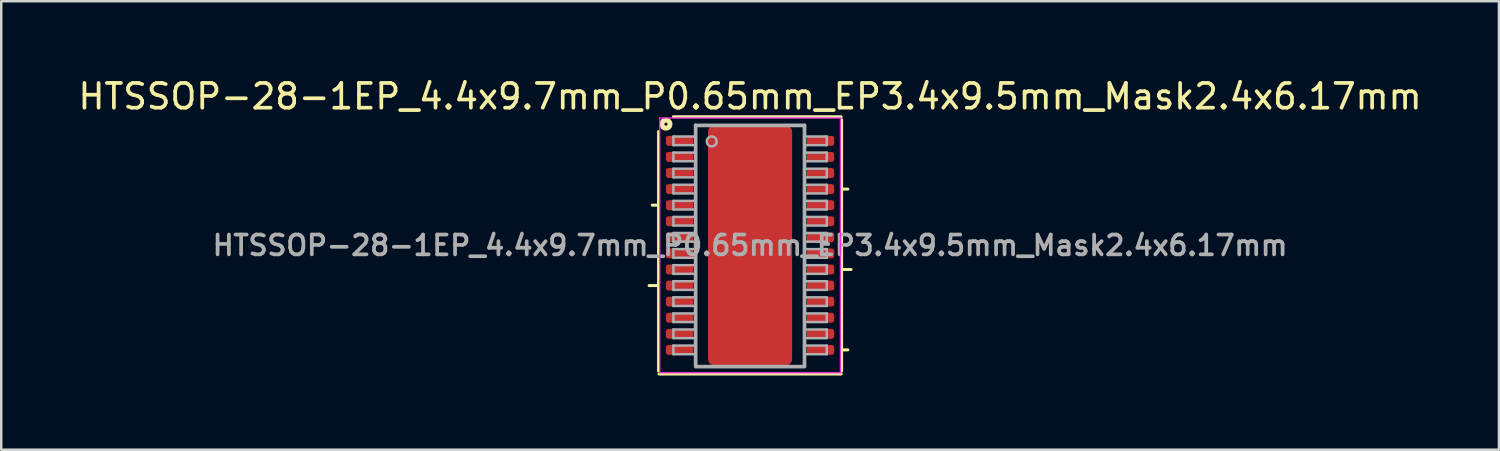
<source format=kicad_pcb>
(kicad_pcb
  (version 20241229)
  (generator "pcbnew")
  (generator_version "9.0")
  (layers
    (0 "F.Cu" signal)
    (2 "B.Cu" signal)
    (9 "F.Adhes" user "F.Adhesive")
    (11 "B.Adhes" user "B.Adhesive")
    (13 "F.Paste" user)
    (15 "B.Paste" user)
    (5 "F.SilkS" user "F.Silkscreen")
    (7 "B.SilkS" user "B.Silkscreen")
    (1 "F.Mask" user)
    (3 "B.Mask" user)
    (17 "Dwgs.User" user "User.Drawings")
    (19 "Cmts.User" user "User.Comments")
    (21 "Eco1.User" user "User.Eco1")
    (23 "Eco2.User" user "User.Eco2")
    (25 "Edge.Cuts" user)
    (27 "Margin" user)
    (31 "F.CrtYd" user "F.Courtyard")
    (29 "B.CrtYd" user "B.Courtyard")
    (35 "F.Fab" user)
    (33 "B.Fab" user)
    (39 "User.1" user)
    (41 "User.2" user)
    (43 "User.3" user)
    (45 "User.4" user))
  (footprint "HTSSOP-28-1EP_4.4x9.7mm_P0.65mm_EP3.4x9.5mm_Mask2.4x6.17mm"
    (layer "F.Cu")
    (at 27.268 6.868)
    (property "Reference" "HTSSOP-28-1EP_4.4x9.7mm_P0.65mm_EP3.4x9.5mm_Mask2.4x6.17mm" (at 0 -6.02 0) (layer "F.SilkS") (effects (font (size 1 1) (thickness 0.15))))
    (attr smd)
    (fp_line (start -3.7 -1.625) (end -3.954 -1.625) (stroke (width 0.12) (type solid)) (layer "F.SilkS"))
    (fp_line (start -3.7 1.625) (end -4.081 1.625) (stroke (width 0.12) (type solid)) (layer "F.SilkS"))
    (fp_line (start -3.7 5.08) (end -3.7 -4.6) (stroke (width 0.12) (type solid)) (layer "F.SilkS"))
    (fp_line (start -3.1 -5.2) (end 3.683 -5.2) (stroke (width 0.12) (type solid)) (layer "F.SilkS"))
    (fp_line (start 3.683 5.2) (end -3.683 5.2) (stroke (width 0.12) (type solid)) (layer "F.SilkS"))
    (fp_line (start 3.7 -5.08) (end 3.7 5.08) (stroke (width 0.12) (type solid)) (layer "F.SilkS"))
    (fp_line (start 3.7 -2.275) (end 3.954 -2.275) (stroke (width 0.12) (type solid)) (layer "F.SilkS"))
    (fp_line (start 3.7 0.975) (end 4.081 0.975) (stroke (width 0.12) (type solid)) (layer "F.SilkS"))
    (fp_line (start 3.7 4.225) (end 3.954 4.225) (stroke (width 0.12) (type solid)) (layer "F.SilkS"))
    (fp_circle (center -3.4 -4.9) (end -3.337 -4.9) (stroke (width 0.2) (type solid)) (fill no) (layer "F.SilkS"))
    (fp_line (start -3.65 -5.15) (end -3.65 5.15) (stroke (width 0.05) (type solid)) (layer "F.CrtYd"))
    (fp_line (start -3.65 -5.15) (end 3.65 -5.15) (stroke (width 0.05) (type solid)) (layer "F.CrtYd"))
    (fp_line (start -3.65 5.15) (end 3.65 5.15) (stroke (width 0.05) (type solid)) (layer "F.CrtYd"))
    (fp_line (start 3.65 -5.15) (end 3.65 5.15) (stroke (width 0.05) (type solid)) (layer "F.CrtYd"))
    (fp_line (start -3.1 -4.4) (end -3.1 -4.05) (stroke (width 0.1) (type solid)) (layer "F.Fab"))
    (fp_line (start -3.1 -4.4) (end -2.2 -4.4) (stroke (width 0.1) (type solid)) (layer "F.Fab"))
    (fp_line (start -3.1 -4.05) (end -2.2 -4.05) (stroke (width 0.1) (type solid)) (layer "F.Fab"))
    (fp_line (start -3.1 -3.75) (end -3.1 -3.4) (stroke (width 0.1) (type solid)) (layer "F.Fab"))
    (fp_line (start -3.1 -3.75) (end -2.2 -3.75) (stroke (width 0.1) (type solid)) (layer "F.Fab"))
    (fp_line (start -3.1 -3.4) (end -2.2 -3.4) (stroke (width 0.1) (type solid)) (layer "F.Fab"))
    (fp_line (start -3.1 -3.1) (end -3.1 -2.75) (stroke (width 0.1) (type solid)) (layer "F.Fab"))
    (fp_line (start -3.1 -3.1) (end -2.2 -3.1) (stroke (width 0.1) (type solid)) (layer "F.Fab"))
    (fp_line (start -3.1 -2.75) (end -2.2 -2.75) (stroke (width 0.1) (type solid)) (layer "F.Fab"))
    (fp_line (start -3.1 -2.45) (end -3.1 -2.1) (stroke (width 0.1) (type solid)) (layer "F.Fab"))
    (fp_line (start -3.1 -2.45) (end -2.2 -2.45) (stroke (width 0.1) (type solid)) (layer "F.Fab"))
    (fp_line (start -3.1 -2.1) (end -2.2 -2.1) (stroke (width 0.1) (type solid)) (layer "F.Fab"))
    (fp_line (start -3.1 -1.8) (end -3.1 -1.45) (stroke (width 0.1) (type solid)) (layer "F.Fab"))
    (fp_line (start -3.1 -1.8) (end -2.2 -1.8) (stroke (width 0.1) (type solid)) (layer "F.Fab"))
    (fp_line (start -3.1 -1.45) (end -2.2 -1.45) (stroke (width 0.1) (type solid)) (layer "F.Fab"))
    (fp_line (start -3.1 -1.15) (end -3.1 -0.8) (stroke (width 0.1) (type solid)) (layer "F.Fab"))
    (fp_line (start -3.1 -1.15) (end -2.2 -1.15) (stroke (width 0.1) (type solid)) (layer "F.Fab"))
    (fp_line (start -3.1 -0.8) (end -2.2 -0.8) (stroke (width 0.1) (type solid)) (layer "F.Fab"))
    (fp_line (start -3.1 -0.5) (end -3.1 -0.15) (stroke (width 0.1) (type solid)) (layer "F.Fab"))
    (fp_line (start -3.1 -0.5) (end -2.2 -0.5) (stroke (width 0.1) (type solid)) (layer "F.Fab"))
    (fp_line (start -3.1 -0.15) (end -2.2 -0.15) (stroke (width 0.1) (type solid)) (layer "F.Fab"))
    (fp_line (start -3.1 0.15) (end -3.1 0.5) (stroke (width 0.1) (type solid)) (layer "F.Fab"))
    (fp_line (start -3.1 0.15) (end -2.2 0.15) (stroke (width 0.1) (type solid)) (layer "F.Fab"))
    (fp_line (start -3.1 0.5) (end -2.2 0.5) (stroke (width 0.1) (type solid)) (layer "F.Fab"))
    (fp_line (start -3.1 0.8) (end -3.1 1.15) (stroke (width 0.1) (type solid)) (layer "F.Fab"))
    (fp_line (start -3.1 0.8) (end -2.2 0.8) (stroke (width 0.1) (type solid)) (layer "F.Fab"))
    (fp_line (start -3.1 1.15) (end -2.2 1.15) (stroke (width 0.1) (type solid)) (layer "F.Fab"))
    (fp_line (start -3.1 1.45) (end -3.1 1.8) (stroke (width 0.1) (type solid)) (layer "F.Fab"))
    (fp_line (start -3.1 1.45) (end -2.2 1.45) (stroke (width 0.1) (type solid)) (layer "F.Fab"))
    (fp_line (start -3.1 1.8) (end -2.2 1.8) (stroke (width 0.1) (type solid)) (layer "F.Fab"))
    (fp_line (start -3.1 2.1) (end -3.1 2.45) (stroke (width 0.1) (type solid)) (layer "F.Fab"))
    (fp_line (start -3.1 2.1) (end -2.2 2.1) (stroke (width 0.1) (type solid)) (layer "F.Fab"))
    (fp_line (start -3.1 2.45) (end -2.2 2.45) (stroke (width 0.1) (type solid)) (layer "F.Fab"))
    (fp_line (start -3.1 2.75) (end -3.1 3.1) (stroke (width 0.1) (type solid)) (layer "F.Fab"))
    (fp_line (start -3.1 2.75) (end -2.2 2.75) (stroke (width 0.1) (type solid)) (layer "F.Fab"))
    (fp_line (start -3.1 3.1) (end -2.2 3.1) (stroke (width 0.1) (type solid)) (layer "F.Fab"))
    (fp_line (start -3.1 3.4) (end -3.1 3.75) (stroke (width 0.1) (type solid)) (layer "F.Fab"))
    (fp_line (start -3.1 3.4) (end -2.2 3.4) (stroke (width 0.1) (type solid)) (layer "F.Fab"))
    (fp_line (start -3.1 3.75) (end -2.2 3.75) (stroke (width 0.1) (type solid)) (layer "F.Fab"))
    (fp_line (start -3.1 4.05) (end -3.1 4.4) (stroke (width 0.1) (type solid)) (layer "F.Fab"))
    (fp_line (start -3.1 4.05) (end -2.2 4.05) (stroke (width 0.1) (type solid)) (layer "F.Fab"))
    (fp_line (start -3.1 4.4) (end -2.2 4.4) (stroke (width 0.1) (type solid)) (layer "F.Fab"))
    (fp_line (start -2.2 -4.85) (end 2.2 -4.85) (stroke (width 0.15) (type solid)) (layer "F.Fab"))
    (fp_line (start -2.2 4.85) (end -2.2 -4.85) (stroke (width 0.15) (type solid)) (layer "F.Fab"))
    (fp_line (start 2.2 -4.85) (end 2.2 4.85) (stroke (width 0.15) (type solid)) (layer "F.Fab"))
    (fp_line (start 2.2 4.901) (end -2.2 4.901) (stroke (width 0.15) (type solid)) (layer "F.Fab"))
    (fp_line (start 3.1 -4.4) (end 2.2 -4.4) (stroke (width 0.1) (type solid)) (layer "F.Fab"))
    (fp_line (start 3.1 -4.05) (end 2.2 -4.05) (stroke (width 0.1) (type solid)) (layer "F.Fab"))
    (fp_line (start 3.1 -4.05) (end 3.1 -4.4) (stroke (width 0.1) (type solid)) (layer "F.Fab"))
    (fp_line (start 3.1 -3.75) (end 2.2 -3.75) (stroke (width 0.1) (type solid)) (layer "F.Fab"))
    (fp_line (start 3.1 -3.4) (end 2.2 -3.4) (stroke (width 0.1) (type solid)) (layer "F.Fab"))
    (fp_line (start 3.1 -3.4) (end 3.1 -3.75) (stroke (width 0.1) (type solid)) (layer "F.Fab"))
    (fp_line (start 3.1 -3.1) (end 2.2 -3.1) (stroke (width 0.1) (type solid)) (layer "F.Fab"))
    (fp_line (start 3.1 -2.75) (end 2.2 -2.75) (stroke (width 0.1) (type solid)) (layer "F.Fab"))
    (fp_line (start 3.1 -2.75) (end 3.1 -3.1) (stroke (width 0.1) (type solid)) (layer "F.Fab"))
    (fp_line (start 3.1 -2.45) (end 2.2 -2.45) (stroke (width 0.1) (type solid)) (layer "F.Fab"))
    (fp_line (start 3.1 -2.1) (end 2.2 -2.1) (stroke (width 0.1) (type solid)) (layer "F.Fab"))
    (fp_line (start 3.1 -2.1) (end 3.1 -2.45) (stroke (width 0.1) (type solid)) (layer "F.Fab"))
    (fp_line (start 3.1 -1.8) (end 2.2 -1.8) (stroke (width 0.1) (type solid)) (layer "F.Fab"))
    (fp_line (start 3.1 -1.45) (end 2.2 -1.45) (stroke (width 0.1) (type solid)) (layer "F.Fab"))
    (fp_line (start 3.1 -1.45) (end 3.1 -1.8) (stroke (width 0.1) (type solid)) (layer "F.Fab"))
    (fp_line (start 3.1 -1.15) (end 2.2 -1.15) (stroke (width 0.1) (type solid)) (layer "F.Fab"))
    (fp_line (start 3.1 -0.8) (end 2.2 -0.8) (stroke (width 0.1) (type solid)) (layer "F.Fab"))
    (fp_line (start 3.1 -0.8) (end 3.1 -1.15) (stroke (width 0.1) (type solid)) (layer "F.Fab"))
    (fp_line (start 3.1 -0.5) (end 2.2 -0.5) (stroke (width 0.1) (type solid)) (layer "F.Fab"))
    (fp_line (start 3.1 -0.15) (end 2.2 -0.15) (stroke (width 0.1) (type solid)) (layer "F.Fab"))
    (fp_line (start 3.1 -0.15) (end 3.1 -0.5) (stroke (width 0.1) (type solid)) (layer "F.Fab"))
    (fp_line (start 3.1 0.15) (end 2.2 0.15) (stroke (width 0.1) (type solid)) (layer "F.Fab"))
    (fp_line (start 3.1 0.5) (end 2.2 0.5) (stroke (width 0.1) (type solid)) (layer "F.Fab"))
    (fp_line (start 3.1 0.5) (end 3.1 0.15) (stroke (width 0.1) (type solid)) (layer "F.Fab"))
    (fp_line (start 3.1 0.8) (end 2.2 0.8) (stroke (width 0.1) (type solid)) (layer "F.Fab"))
    (fp_line (start 3.1 1.15) (end 2.2 1.15) (stroke (width 0.1) (type solid)) (layer "F.Fab"))
    (fp_line (start 3.1 1.15) (end 3.1 0.8) (stroke (width 0.1) (type solid)) (layer "F.Fab"))
    (fp_line (start 3.1 1.45) (end 2.2 1.45) (stroke (width 0.1) (type solid)) (layer "F.Fab"))
    (fp_line (start 3.1 1.8) (end 2.2 1.8) (stroke (width 0.1) (type solid)) (layer "F.Fab"))
    (fp_line (start 3.1 1.8) (end 3.1 1.45) (stroke (width 0.1) (type solid)) (layer "F.Fab"))
    (fp_line (start 3.1 2.1) (end 2.2 2.1) (stroke (width 0.1) (type solid)) (layer "F.Fab"))
    (fp_line (start 3.1 2.45) (end 2.2 2.45) (stroke (width 0.1) (type solid)) (layer "F.Fab"))
    (fp_line (start 3.1 2.45) (end 3.1 2.1) (stroke (width 0.1) (type solid)) (layer "F.Fab"))
    (fp_line (start 3.1 2.75) (end 2.2 2.75) (stroke (width 0.1) (type solid)) (layer "F.Fab"))
    (fp_line (start 3.1 3.1) (end 2.2 3.1) (stroke (width 0.1) (type solid)) (layer "F.Fab"))
    (fp_line (start 3.1 3.1) (end 3.1 2.75) (stroke (width 0.1) (type solid)) (layer "F.Fab"))
    (fp_line (start 3.1 3.4) (end 2.2 3.4) (stroke (width 0.1) (type solid)) (layer "F.Fab"))
    (fp_line (start 3.1 3.75) (end 2.2 3.75) (stroke (width 0.1) (type solid)) (layer "F.Fab"))
    (fp_line (start 3.1 3.75) (end 3.1 3.4) (stroke (width 0.1) (type solid)) (layer "F.Fab"))
    (fp_line (start 3.1 4.05) (end 2.2 4.05) (stroke (width 0.1) (type solid)) (layer "F.Fab"))
    (fp_line (start 3.1 4.4) (end 2.2 4.4) (stroke (width 0.1) (type solid)) (layer "F.Fab"))
    (fp_line (start 3.1 4.4) (end 3.1 4.05) (stroke (width 0.1) (type solid)) (layer "F.Fab"))
    (fp_circle (center -1.55 -4.2) (end -1.35 -4.2) (stroke (width 0.1) (type solid)) (fill no) (layer "F.Fab"))
    (fp_text user "${REFERENCE}" (at 0 0 0) (layer "F.Fab") (effects (font (size 0.8 0.8) (thickness 0.15))))
    (pad "" smd roundrect (at -0.6 -2.468) (size 0.9 0.93) (layers "F.Paste") (roundrect_rratio 0.25))
    (pad "" smd roundrect (at -0.6 -1.234) (size 0.9 0.93) (layers "F.Paste") (roundrect_rratio 0.25))
    (pad "" smd roundrect (at -0.6 0) (size 0.9 0.93) (layers "F.Paste") (roundrect_rratio 0.25))
    (pad "" smd roundrect (at -0.6 1.234) (size 0.9 0.93) (layers "F.Paste") (roundrect_rratio 0.25))
    (pad "" smd roundrect (at -0.6 2.468) (size 0.9 0.93) (layers "F.Paste") (roundrect_rratio 0.25))
    (pad "" smd roundrect (at 0 0) (size 2.4 6.17) (layers "F.Mask") (roundrect_rratio 0.104))
    (pad "" smd roundrect (at 0.6 -2.468) (size 0.9 0.93) (layers "F.Paste") (roundrect_rratio 0.25))
    (pad "" smd roundrect (at 0.6 -1.234) (size 0.9 0.93) (layers "F.Paste") (roundrect_rratio 0.25))
    (pad "" smd roundrect (at 0.6 0) (size 0.9 0.93) (layers "F.Paste") (roundrect_rratio 0.25))
    (pad "" smd roundrect (at 0.6 1.234) (size 0.9 0.93) (layers "F.Paste") (roundrect_rratio 0.25))
    (pad "" smd roundrect (at 0.6 2.468) (size 0.9 0.93) (layers "F.Paste") (roundrect_rratio 0.25))
    (pad "1" smd roundrect (at -2.85 -4.225) (size 1.1 0.4) (layers "F.Cu" "F.Mask" "F.Paste") (roundrect_rratio 0.25))
    (pad "2" smd roundrect (at -2.85 -3.575) (size 1.1 0.4) (layers "F.Cu" "F.Mask" "F.Paste") (roundrect_rratio 0.25))
    (pad "3" smd roundrect (at -2.85 -2.925) (size 1.1 0.4) (layers "F.Cu" "F.Mask" "F.Paste") (roundrect_rratio 0.25))
    (pad "4" smd roundrect (at -2.85 -2.275) (size 1.1 0.4) (layers "F.Cu" "F.Mask" "F.Paste") (roundrect_rratio 0.25))
    (pad "5" smd roundrect (at -2.85 -1.625) (size 1.1 0.4) (layers "F.Cu" "F.Mask" "F.Paste") (roundrect_rratio 0.25))
    (pad "6" smd roundrect (at -2.85 -0.975) (size 1.1 0.4) (layers "F.Cu" "F.Mask" "F.Paste") (roundrect_rratio 0.25))
    (pad "7" smd roundrect (at -2.85 -0.325) (size 1.1 0.4) (layers "F.Cu" "F.Mask" "F.Paste") (roundrect_rratio 0.25))
    (pad "8" smd roundrect (at -2.85 0.325) (size 1.1 0.4) (layers "F.Cu" "F.Mask" "F.Paste") (roundrect_rratio 0.25))
    (pad "9" smd roundrect (at -2.85 0.975) (size 1.1 0.4) (layers "F.Cu" "F.Mask" "F.Paste") (roundrect_rratio 0.25))
    (pad "10" smd roundrect (at -2.85 1.625) (size 1.1 0.4) (layers "F.Cu" "F.Mask" "F.Paste") (roundrect_rratio 0.25))
    (pad "11" smd roundrect (at -2.85 2.275) (size 1.1 0.4) (layers "F.Cu" "F.Mask" "F.Paste") (roundrect_rratio 0.25))
    (pad "12" smd roundrect (at -2.85 2.925) (size 1.1 0.4) (layers "F.Cu" "F.Mask" "F.Paste") (roundrect_rratio 0.25))
    (pad "13" smd roundrect (at -2.85 3.575) (size 1.1 0.4) (layers "F.Cu" "F.Mask" "F.Paste") (roundrect_rratio 0.25))
    (pad "14" smd roundrect (at -2.85 4.225) (size 1.1 0.4) (layers "F.Cu" "F.Mask" "F.Paste") (roundrect_rratio 0.25))
    (pad "15" smd roundrect (at 2.85 4.225) (size 1.1 0.4) (layers "F.Cu" "F.Mask" "F.Paste") (roundrect_rratio 0.25))
    (pad "16" smd roundrect (at 2.85 3.575) (size 1.1 0.4) (layers "F.Cu" "F.Mask" "F.Paste") (roundrect_rratio 0.25))
    (pad "17" smd roundrect (at 2.85 2.925) (size 1.1 0.4) (layers "F.Cu" "F.Mask" "F.Paste") (roundrect_rratio 0.25))
    (pad "18" smd roundrect (at 2.85 2.275) (size 1.1 0.4) (layers "F.Cu" "F.Mask" "F.Paste") (roundrect_rratio 0.25))
    (pad "19" smd roundrect (at 2.85 1.625) (size 1.1 0.4) (layers "F.Cu" "F.Mask" "F.Paste") (roundrect_rratio 0.25))
    (pad "20" smd roundrect (at 2.85 0.975) (size 1.1 0.4) (layers "F.Cu" "F.Mask" "F.Paste") (roundrect_rratio 0.25))
    (pad "21" smd roundrect (at 2.85 0.325) (size 1.1 0.4) (layers "F.Cu" "F.Mask" "F.Paste") (roundrect_rratio 0.25))
    (pad "22" smd roundrect (at 2.85 -0.325) (size 1.1 0.4) (layers "F.Cu" "F.Mask" "F.Paste") (roundrect_rratio 0.25))
    (pad "23" smd roundrect (at 2.85 -0.975) (size 1.1 0.4) (layers "F.Cu" "F.Mask" "F.Paste") (roundrect_rratio 0.25))
    (pad "24" smd roundrect (at 2.85 -1.625) (size 1.1 0.4) (layers "F.Cu" "F.Mask" "F.Paste") (roundrect_rratio 0.25))
    (pad "25" smd roundrect (at 2.85 -2.275) (size 1.1 0.4) (layers "F.Cu" "F.Mask" "F.Paste") (roundrect_rratio 0.25))
    (pad "26" smd roundrect (at 2.85 -2.925) (size 1.1 0.4) (layers "F.Cu" "F.Mask" "F.Paste") (roundrect_rratio 0.25))
    (pad "27" smd roundrect (at 2.85 -3.575) (size 1.1 0.4) (layers "F.Cu" "F.Mask" "F.Paste") (roundrect_rratio 0.25))
    (pad "28" smd roundrect (at 2.85 -4.225) (size 1.1 0.4) (layers "F.Cu" "F.Mask" "F.Paste") (roundrect_rratio 0.25))
    (pad "29" smd roundrect (at 0 0) (size 3.4 9.7) (layers "F.Cu") (roundrect_rratio 0.074)))
  (gr_rect
    (start -3 -3)
    (end 57.536 15.128)
    (stroke (width 0.1) (type default))
    (fill no)
    (layer "Edge.Cuts")))
</source>
